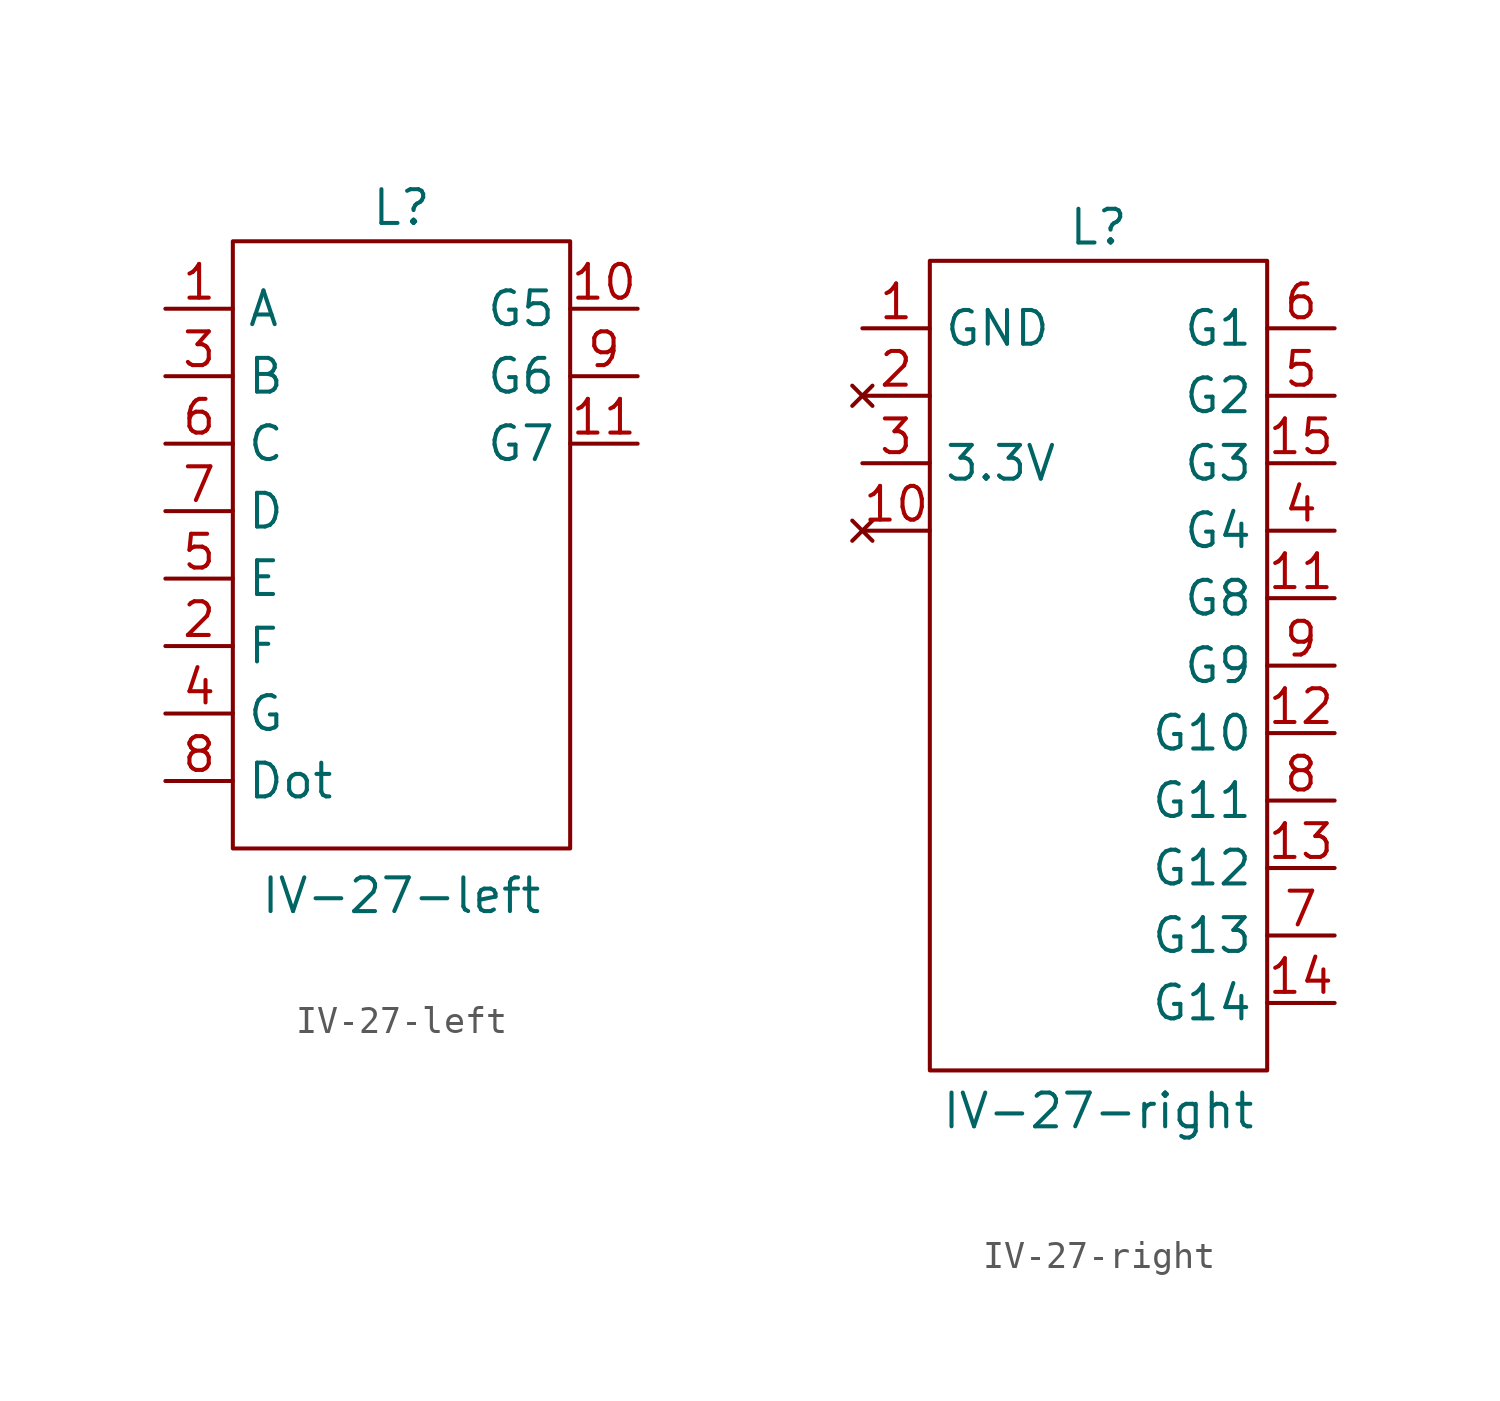
<source format=kicad_sym>
(kicad_symbol_lib
  (version 20241209)
  (generator "kicad_symbol_editor")
  (generator_version "9.0")
  (symbol "IV-27-left"
    (property "Reference" "L"
      (at 0 10.16 0)
      (effects (font (size 1.27 1.27))))
    (property "Value" "IV-27-left"
      (at 0 -15.748 0)
      (effects (font (size 1.27 1.27))))
    (symbol "IV-27-left_0_1"
      (rectangle (start -6.35 8.89) (end 6.35 -13.97) (stroke (width 0) (type default)) (fill (type none))))
    (symbol "IV-27-left_1_1"
      (pin input line (at -8.89 6.35 0) (length 2.54) (name "A" (effects (font (size 1.27 1.27)))) (number "1" (effects (font (size 1.27 1.27)))))
      (pin input line (at -8.89 3.81 0) (length 2.54) (name "B" (effects (font (size 1.27 1.27)))) (number "3" (effects (font (size 1.27 1.27)))))
      (pin input line (at -8.89 1.27 0) (length 2.54) (name "C" (effects (font (size 1.27 1.27)))) (number "6" (effects (font (size 1.27 1.27)))))
      (pin input line (at -8.89 -1.27 0) (length 2.54) (name "D" (effects (font (size 1.27 1.27)))) (number "7" (effects (font (size 1.27 1.27)))))
      (pin input line (at -8.89 -3.81 0) (length 2.54) (name "E" (effects (font (size 1.27 1.27)))) (number "5" (effects (font (size 1.27 1.27)))))
      (pin input line (at -8.89 -6.35 0) (length 2.54) (name "F" (effects (font (size 1.27 1.27)))) (number "2" (effects (font (size 1.27 1.27)))))
      (pin input line (at -8.89 -8.89 0) (length 2.54) (name "G" (effects (font (size 1.27 1.27)))) (number "4" (effects (font (size 1.27 1.27)))))
      (pin input line (at -8.89 -11.43 0) (length 2.54) (name "Dot" (effects (font (size 1.27 1.27)))) (number "8" (effects (font (size 1.27 1.27)))))
      (pin input line (at 8.89 6.35 180) (length 2.54) (name "G5" (effects (font (size 1.27 1.27)))) (number "10" (effects (font (size 1.27 1.27)))))
      (pin input line (at 8.89 3.81 180) (length 2.54) (name "G6" (effects (font (size 1.27 1.27)))) (number "9" (effects (font (size 1.27 1.27)))))
      (pin input line (at 8.89 1.27 180) (length 2.54) (name "G7" (effects (font (size 1.27 1.27)))) (number "11" (effects (font (size 1.27 1.27)))))))
  (symbol "IV-27-right"
    (property "Reference" "L"
      (at 0 10.16 0)
      (effects (font (size 1.27 1.27))))
    (property "Value" "IV-27-right"
      (at 0 -23.114 0)
      (effects (font (size 1.27 1.27))))
    (symbol "IV-27-right_0_1"
      (rectangle (start -6.35 8.89) (end 6.35 -21.59) (stroke (width 0) (type default)) (fill (type none))))
    (symbol "IV-27-right_1_1"
      (pin input line (at -8.89 6.35 0) (length 2.54) (name "GND" (effects (font (size 1.27 1.27)))) (number "1" (effects (font (size 1.27 1.27)))))
      (pin no_connect line (at -8.89 3.81 0) (length 2.54) (name "" (effects (font (size 1.27 1.27)))) (number "2" (effects (font (size 1.27 1.27)))))
      (pin input line (at -8.89 1.27 0) (length 2.54) (name "3.3V" (effects (font (size 1.27 1.27)))) (number "3" (effects (font (size 1.27 1.27)))))
      (pin no_connect line (at -8.89 -1.27 0) (length 2.54) (name "" (effects (font (size 1.27 1.27)))) (number "10" (effects (font (size 1.27 1.27)))))
      (pin input line (at 8.89 6.35 180) (length 2.54) (name "G1" (effects (font (size 1.27 1.27)))) (number "6" (effects (font (size 1.27 1.27)))))
      (pin input line (at 8.89 3.81 180) (length 2.54) (name "G2" (effects (font (size 1.27 1.27)))) (number "5" (effects (font (size 1.27 1.27)))))
      (pin input line (at 8.89 1.27 180) (length 2.54) (name "G3" (effects (font (size 1.27 1.27)))) (number "15" (effects (font (size 1.27 1.27)))))
      (pin input line (at 8.89 -1.27 180) (length 2.54) (name "G4" (effects (font (size 1.27 1.27)))) (number "4" (effects (font (size 1.27 1.27)))))
      (pin input line (at 8.89 -3.81 180) (length 2.54) (name "G8" (effects (font (size 1.27 1.27)))) (number "11" (effects (font (size 1.27 1.27)))))
      (pin input line (at 8.89 -6.35 180) (length 2.54) (name "G9" (effects (font (size 1.27 1.27)))) (number "9" (effects (font (size 1.27 1.27)))))
      (pin input line (at 8.89 -8.89 180) (length 2.54) (name "G10" (effects (font (size 1.27 1.27)))) (number "12" (effects (font (size 1.27 1.27)))))
      (pin input line (at 8.89 -11.43 180) (length 2.54) (name "G11" (effects (font (size 1.27 1.27)))) (number "8" (effects (font (size 1.27 1.27)))))
      (pin input line (at 8.89 -13.97 180) (length 2.54) (name "G12" (effects (font (size 1.27 1.27)))) (number "13" (effects (font (size 1.27 1.27)))))
      (pin input line (at 8.89 -16.51 180) (length 2.54) (name "G13" (effects (font (size 1.27 1.27)))) (number "7" (effects (font (size 1.27 1.27)))))
      (pin input line (at 8.89 -19.05 180) (length 2.54) (name "G14" (effects (font (size 1.27 1.27)))) (number "14" (effects (font (size 1.27 1.27))))))))
</source>
